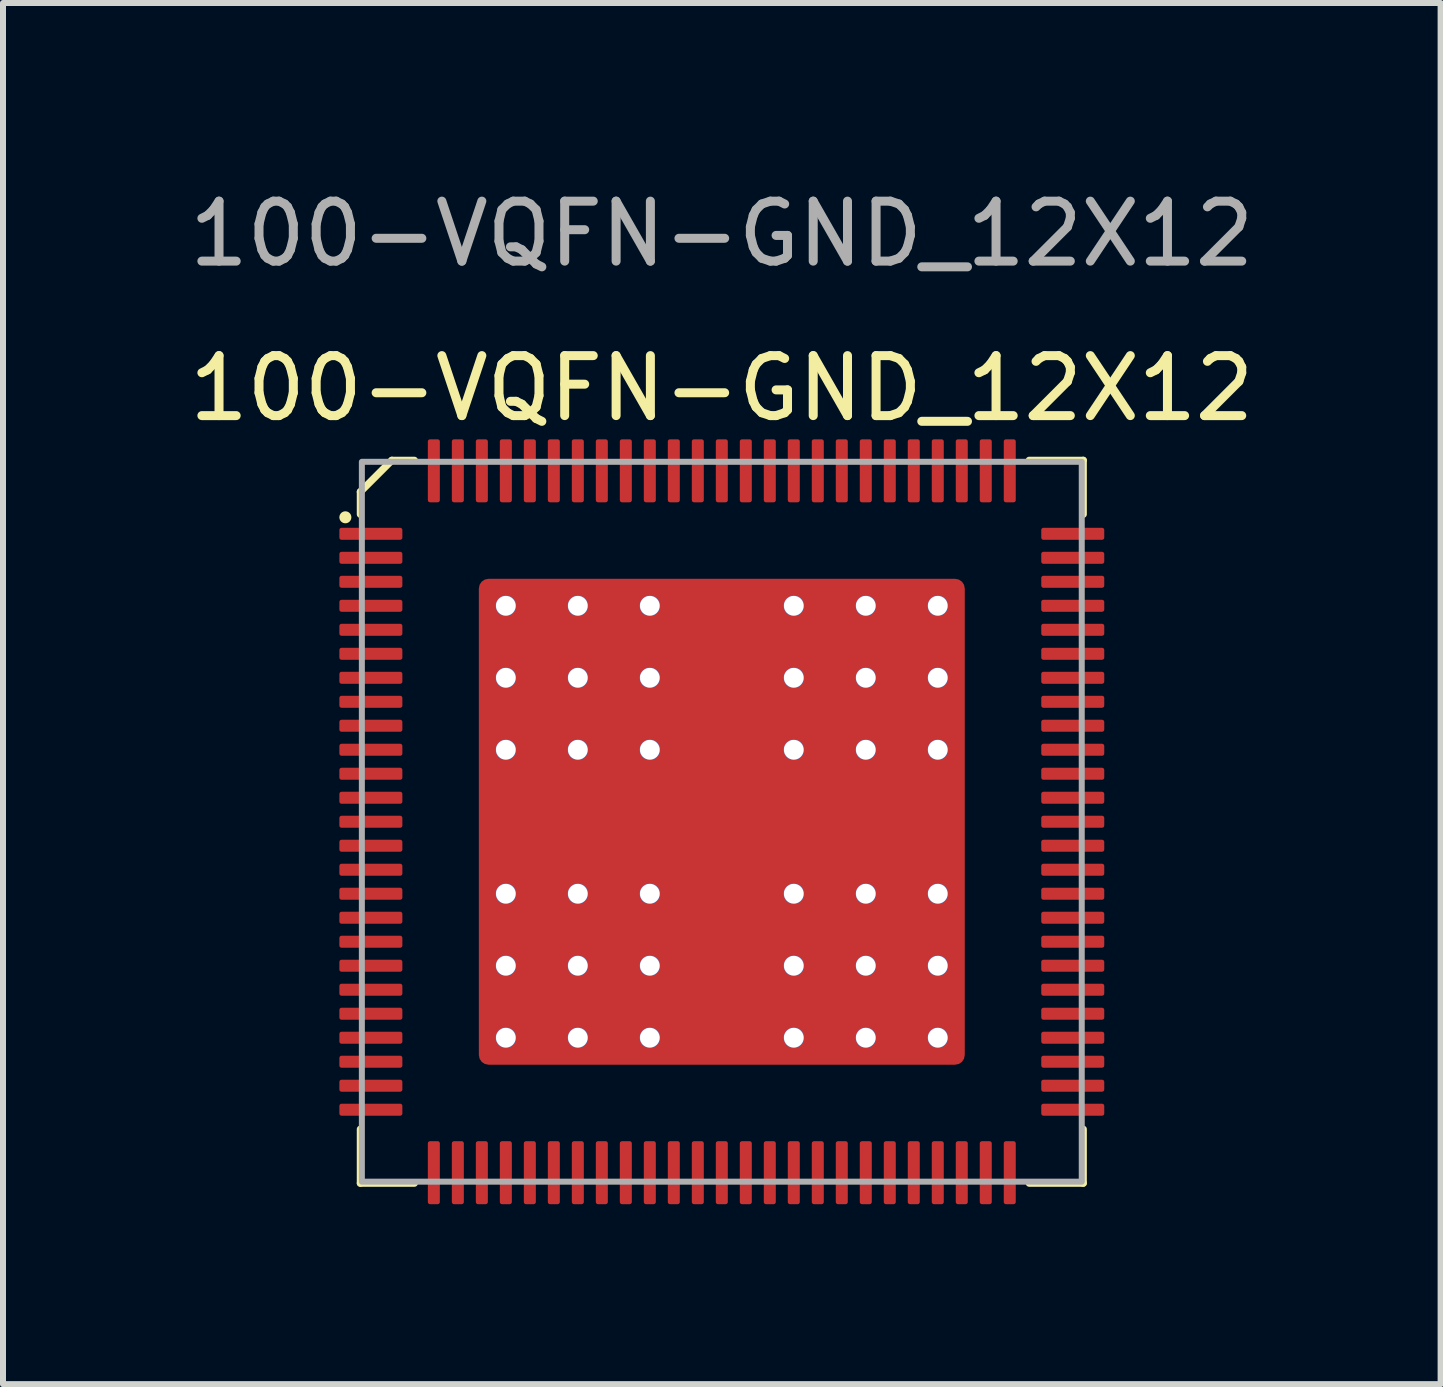
<source format=kicad_pcb>
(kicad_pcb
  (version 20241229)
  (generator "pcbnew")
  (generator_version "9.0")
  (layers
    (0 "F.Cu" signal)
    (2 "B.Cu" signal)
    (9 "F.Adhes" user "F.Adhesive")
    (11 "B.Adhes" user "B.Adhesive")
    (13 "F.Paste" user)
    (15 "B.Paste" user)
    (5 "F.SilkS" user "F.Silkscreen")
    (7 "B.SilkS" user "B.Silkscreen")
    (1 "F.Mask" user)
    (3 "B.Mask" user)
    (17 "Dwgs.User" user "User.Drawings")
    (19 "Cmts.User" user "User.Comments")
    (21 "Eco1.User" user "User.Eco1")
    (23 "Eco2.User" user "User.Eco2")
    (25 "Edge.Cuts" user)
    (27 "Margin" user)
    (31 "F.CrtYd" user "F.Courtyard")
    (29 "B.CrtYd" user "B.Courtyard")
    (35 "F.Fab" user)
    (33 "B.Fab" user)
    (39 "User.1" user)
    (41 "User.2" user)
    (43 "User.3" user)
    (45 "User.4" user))
  (footprint "100-VQFN-GND_12X12"
    (layer "F.Cu")
    (at 8.982 10.648)
    (property "Reference" "100-VQFN-GND_12X12" (at 0 -7.225 0) (unlocked yes) (layer "F.SilkS") (effects (font (size 1 1) (thickness 0.15))))
    (attr smd)
    (fp_line (start -6.025 -5.125) (end -6.025 -5.5) (stroke (width 0.12) (type solid)) (layer "F.SilkS"))
    (fp_line (start -6.025 5.125) (end -6.025 6.025) (stroke (width 0.12) (type solid)) (layer "F.SilkS"))
    (fp_line (start -6.025 6.025) (end -5.125 6.025) (stroke (width 0.12) (type solid)) (layer "F.SilkS"))
    (fp_line (start -5.5 -6.025) (end -6.025 -5.5) (stroke (width 0.12) (type solid)) (layer "F.SilkS"))
    (fp_line (start -5.125 -6.025) (end -5.5 -6.025) (stroke (width 0.12) (type solid)) (layer "F.SilkS"))
    (fp_line (start 5.125 -6.025) (end 6.025 -6.025) (stroke (width 0.12) (type solid)) (layer "F.SilkS"))
    (fp_line (start 5.125 6.025) (end 6.025 6.025) (stroke (width 0.12) (type solid)) (layer "F.SilkS"))
    (fp_line (start 6.025 -6.025) (end 6.025 -5.125) (stroke (width 0.12) (type solid)) (layer "F.SilkS"))
    (fp_line (start 6.025 6.025) (end 6.025 5.125) (stroke (width 0.12) (type solid)) (layer "F.SilkS"))
    (fp_circle (center -6.275 -5.075) (end -6.175 -5.075) (stroke (width 0) (type solid)) (fill yes) (layer "F.SilkS"))
    (fp_rect (start -6 -6) (end 6 6) (stroke (width 0.1) (type solid)) (fill no) (layer "F.Fab"))
    (fp_text user "${REFERENCE}" (at 0 -9.8 0) (unlocked yes) (layer "F.Fab") (effects (font (size 1 1) (thickness 0.15))))
    (pad "1" smd roundrect (at -5.85 -4.8 90) (size 0.2 1.05) (layers "F.Cu" "F.Mask" "F.Paste") (roundrect_rratio 0.18))
    (pad "2" smd roundrect (at -5.85 -4.4 90) (size 0.2 1.05) (layers "F.Cu" "F.Mask" "F.Paste") (roundrect_rratio 0.18))
    (pad "3" smd roundrect (at -5.85 -4 90) (size 0.2 1.05) (layers "F.Cu" "F.Mask" "F.Paste") (roundrect_rratio 0.18))
    (pad "4" smd roundrect (at -5.85 -3.6 90) (size 0.2 1.05) (layers "F.Cu" "F.Mask" "F.Paste") (roundrect_rratio 0.18))
    (pad "5" smd roundrect (at -5.85 -3.2 90) (size 0.2 1.05) (layers "F.Cu" "F.Mask" "F.Paste") (roundrect_rratio 0.18))
    (pad "6" smd roundrect (at -5.85 -2.8 90) (size 0.2 1.05) (layers "F.Cu" "F.Mask" "F.Paste") (roundrect_rratio 0.18))
    (pad "7" smd roundrect (at -5.85 -2.4 90) (size 0.2 1.05) (layers "F.Cu" "F.Mask" "F.Paste") (roundrect_rratio 0.18))
    (pad "8" smd roundrect (at -5.85 -2 90) (size 0.2 1.05) (layers "F.Cu" "F.Mask" "F.Paste") (roundrect_rratio 0.18))
    (pad "9" smd roundrect (at -5.85 -1.6 90) (size 0.2 1.05) (layers "F.Cu" "F.Mask" "F.Paste") (roundrect_rratio 0.18))
    (pad "10" smd roundrect (at -5.85 -1.2 90) (size 0.2 1.05) (layers "F.Cu" "F.Mask" "F.Paste") (roundrect_rratio 0.18))
    (pad "11" smd roundrect (at -5.85 -0.8 90) (size 0.2 1.05) (layers "F.Cu" "F.Mask" "F.Paste") (roundrect_rratio 0.18))
    (pad "12" smd roundrect (at -5.85 -0.4 90) (size 0.2 1.05) (layers "F.Cu" "F.Mask" "F.Paste") (roundrect_rratio 0.18))
    (pad "13" smd roundrect (at -5.85 0 90) (size 0.2 1.05) (layers "F.Cu" "F.Mask" "F.Paste") (roundrect_rratio 0.18))
    (pad "14" smd roundrect (at -5.85 0.4 90) (size 0.2 1.05) (layers "F.Cu" "F.Mask" "F.Paste") (roundrect_rratio 0.18))
    (pad "15" smd roundrect (at -5.85 0.8 90) (size 0.2 1.05) (layers "F.Cu" "F.Mask" "F.Paste") (roundrect_rratio 0.18))
    (pad "16" smd roundrect (at -5.85 1.2 90) (size 0.2 1.05) (layers "F.Cu" "F.Mask" "F.Paste") (roundrect_rratio 0.18))
    (pad "17" smd roundrect (at -5.85 1.6 90) (size 0.2 1.05) (layers "F.Cu" "F.Mask" "F.Paste") (roundrect_rratio 0.18))
    (pad "18" smd roundrect (at -5.85 2 90) (size 0.2 1.05) (layers "F.Cu" "F.Mask" "F.Paste") (roundrect_rratio 0.18))
    (pad "19" smd roundrect (at -5.85 2.4 90) (size 0.2 1.05) (layers "F.Cu" "F.Mask" "F.Paste") (roundrect_rratio 0.18))
    (pad "20" smd roundrect (at -5.85 2.8 90) (size 0.2 1.05) (layers "F.Cu" "F.Mask" "F.Paste") (roundrect_rratio 0.18))
    (pad "21" smd roundrect (at -5.85 3.2 90) (size 0.2 1.05) (layers "F.Cu" "F.Mask" "F.Paste") (roundrect_rratio 0.18))
    (pad "22" smd roundrect (at -5.85 3.6 90) (size 0.2 1.05) (layers "F.Cu" "F.Mask" "F.Paste") (roundrect_rratio 0.18))
    (pad "23" smd roundrect (at -5.85 4 90) (size 0.2 1.05) (layers "F.Cu" "F.Mask" "F.Paste") (roundrect_rratio 0.18))
    (pad "24" smd roundrect (at -5.85 4.4 90) (size 0.2 1.05) (layers "F.Cu" "F.Mask" "F.Paste") (roundrect_rratio 0.18))
    (pad "25" smd roundrect (at -5.85 4.8 90) (size 0.2 1.05) (layers "F.Cu" "F.Mask" "F.Paste") (roundrect_rratio 0.18))
    (pad "26" smd roundrect (at -4.8 5.85 180) (size 0.2 1.05) (layers "F.Cu" "F.Mask" "F.Paste") (roundrect_rratio 0.18))
    (pad "27" smd roundrect (at -4.4 5.85 180) (size 0.2 1.05) (layers "F.Cu" "F.Mask" "F.Paste") (roundrect_rratio 0.18))
    (pad "28" smd roundrect (at -4 5.85 180) (size 0.2 1.05) (layers "F.Cu" "F.Mask" "F.Paste") (roundrect_rratio 0.18))
    (pad "29" smd roundrect (at -3.6 5.85 180) (size 0.2 1.05) (layers "F.Cu" "F.Mask" "F.Paste") (roundrect_rratio 0.18))
    (pad "30" smd roundrect (at -3.2 5.85 180) (size 0.2 1.05) (layers "F.Cu" "F.Mask" "F.Paste") (roundrect_rratio 0.18))
    (pad "31" smd roundrect (at -2.8 5.85 180) (size 0.2 1.05) (layers "F.Cu" "F.Mask" "F.Paste") (roundrect_rratio 0.18))
    (pad "32" smd roundrect (at -2.4 5.85 180) (size 0.2 1.05) (layers "F.Cu" "F.Mask" "F.Paste") (roundrect_rratio 0.18))
    (pad "33" smd roundrect (at -2 5.85 180) (size 0.2 1.05) (layers "F.Cu" "F.Mask" "F.Paste") (roundrect_rratio 0.18))
    (pad "34" smd roundrect (at -1.6 5.85 180) (size 0.2 1.05) (layers "F.Cu" "F.Mask" "F.Paste") (roundrect_rratio 0.18))
    (pad "35" smd roundrect (at -1.2 5.85 180) (size 0.2 1.05) (layers "F.Cu" "F.Mask" "F.Paste") (roundrect_rratio 0.18))
    (pad "36" smd roundrect (at -0.8 5.85 180) (size 0.2 1.05) (layers "F.Cu" "F.Mask" "F.Paste") (roundrect_rratio 0.18))
    (pad "37" smd roundrect (at -0.4 5.85 180) (size 0.2 1.05) (layers "F.Cu" "F.Mask" "F.Paste") (roundrect_rratio 0.18))
    (pad "38" smd roundrect (at 0 5.85 180) (size 0.2 1.05) (layers "F.Cu" "F.Mask" "F.Paste") (roundrect_rratio 0.18))
    (pad "39" smd roundrect (at 0.4 5.85 180) (size 0.2 1.05) (layers "F.Cu" "F.Mask" "F.Paste") (roundrect_rratio 0.18))
    (pad "40" smd roundrect (at 0.8 5.85 180) (size 0.2 1.05) (layers "F.Cu" "F.Mask" "F.Paste") (roundrect_rratio 0.18))
    (pad "41" smd roundrect (at 1.2 5.85 180) (size 0.2 1.05) (layers "F.Cu" "F.Mask" "F.Paste") (roundrect_rratio 0.18))
    (pad "42" smd roundrect (at 1.6 5.85 180) (size 0.2 1.05) (layers "F.Cu" "F.Mask" "F.Paste") (roundrect_rratio 0.18))
    (pad "43" smd roundrect (at 2 5.85 180) (size 0.2 1.05) (layers "F.Cu" "F.Mask" "F.Paste") (roundrect_rratio 0.18))
    (pad "44" smd roundrect (at 2.4 5.85 180) (size 0.2 1.05) (layers "F.Cu" "F.Mask" "F.Paste") (roundrect_rratio 0.18))
    (pad "45" smd roundrect (at 2.8 5.85 180) (size 0.2 1.05) (layers "F.Cu" "F.Mask" "F.Paste") (roundrect_rratio 0.18))
    (pad "46" smd roundrect (at 3.2 5.85 180) (size 0.2 1.05) (layers "F.Cu" "F.Mask" "F.Paste") (roundrect_rratio 0.18))
    (pad "47" smd roundrect (at 3.6 5.85 180) (size 0.2 1.05) (layers "F.Cu" "F.Mask" "F.Paste") (roundrect_rratio 0.18))
    (pad "48" smd roundrect (at 4 5.85 180) (size 0.2 1.05) (layers "F.Cu" "F.Mask" "F.Paste") (roundrect_rratio 0.18))
    (pad "49" smd roundrect (at 4.4 5.85 180) (size 0.2 1.05) (layers "F.Cu" "F.Mask" "F.Paste") (roundrect_rratio 0.18))
    (pad "50" smd roundrect (at 4.8 5.85 180) (size 0.2 1.05) (layers "F.Cu" "F.Mask" "F.Paste") (roundrect_rratio 0.18))
    (pad "51" smd roundrect (at 5.85 4.8 270) (size 0.2 1.05) (layers "F.Cu" "F.Mask" "F.Paste") (roundrect_rratio 0.18))
    (pad "52" smd roundrect (at 5.85 4.4 270) (size 0.2 1.05) (layers "F.Cu" "F.Mask" "F.Paste") (roundrect_rratio 0.18))
    (pad "53" smd roundrect (at 5.85 4 270) (size 0.2 1.05) (layers "F.Cu" "F.Mask" "F.Paste") (roundrect_rratio 0.18))
    (pad "54" smd roundrect (at 5.85 3.6 270) (size 0.2 1.05) (layers "F.Cu" "F.Mask" "F.Paste") (roundrect_rratio 0.18))
    (pad "55" smd roundrect (at 5.85 3.2 270) (size 0.2 1.05) (layers "F.Cu" "F.Mask" "F.Paste") (roundrect_rratio 0.18))
    (pad "56" smd roundrect (at 5.85 2.8 270) (size 0.2 1.05) (layers "F.Cu" "F.Mask" "F.Paste") (roundrect_rratio 0.18))
    (pad "57" smd roundrect (at 5.85 2.4 270) (size 0.2 1.05) (layers "F.Cu" "F.Mask" "F.Paste") (roundrect_rratio 0.18))
    (pad "58" smd roundrect (at 5.85 2 270) (size 0.2 1.05) (layers "F.Cu" "F.Mask" "F.Paste") (roundrect_rratio 0.18))
    (pad "59" smd roundrect (at 5.85 1.6 270) (size 0.2 1.05) (layers "F.Cu" "F.Mask" "F.Paste") (roundrect_rratio 0.18))
    (pad "60" smd roundrect (at 5.85 1.2 270) (size 0.2 1.05) (layers "F.Cu" "F.Mask" "F.Paste") (roundrect_rratio 0.18))
    (pad "61" smd roundrect (at 5.85 0.8 270) (size 0.2 1.05) (layers "F.Cu" "F.Mask" "F.Paste") (roundrect_rratio 0.18))
    (pad "62" smd roundrect (at 5.85 0.4 270) (size 0.2 1.05) (layers "F.Cu" "F.Mask" "F.Paste") (roundrect_rratio 0.18))
    (pad "63" smd roundrect (at 5.85 0 270) (size 0.2 1.05) (layers "F.Cu" "F.Mask" "F.Paste") (roundrect_rratio 0.18))
    (pad "64" smd roundrect (at 5.85 -0.4 270) (size 0.2 1.05) (layers "F.Cu" "F.Mask" "F.Paste") (roundrect_rratio 0.18))
    (pad "65" smd roundrect (at 5.85 -0.8 270) (size 0.2 1.05) (layers "F.Cu" "F.Mask" "F.Paste") (roundrect_rratio 0.18))
    (pad "66" smd roundrect (at 5.85 -1.2 270) (size 0.2 1.05) (layers "F.Cu" "F.Mask" "F.Paste") (roundrect_rratio 0.18))
    (pad "67" smd roundrect (at 5.85 -1.6 270) (size 0.2 1.05) (layers "F.Cu" "F.Mask" "F.Paste") (roundrect_rratio 0.18))
    (pad "68" smd roundrect (at 5.85 -2 270) (size 0.2 1.05) (layers "F.Cu" "F.Mask" "F.Paste") (roundrect_rratio 0.18))
    (pad "69" smd roundrect (at 5.85 -2.4 270) (size 0.2 1.05) (layers "F.Cu" "F.Mask" "F.Paste") (roundrect_rratio 0.18))
    (pad "70" smd roundrect (at 5.85 -2.8 270) (size 0.2 1.05) (layers "F.Cu" "F.Mask" "F.Paste") (roundrect_rratio 0.18))
    (pad "71" smd roundrect (at 5.85 -3.2 270) (size 0.2 1.05) (layers "F.Cu" "F.Mask" "F.Paste") (roundrect_rratio 0.18))
    (pad "72" smd roundrect (at 5.85 -3.6 270) (size 0.2 1.05) (layers "F.Cu" "F.Mask" "F.Paste") (roundrect_rratio 0.18))
    (pad "73" smd roundrect (at 5.85 -4 270) (size 0.2 1.05) (layers "F.Cu" "F.Mask" "F.Paste") (roundrect_rratio 0.18))
    (pad "74" smd roundrect (at 5.85 -4.4 270) (size 0.2 1.05) (layers "F.Cu" "F.Mask" "F.Paste") (roundrect_rratio 0.18))
    (pad "75" smd roundrect (at 5.85 -4.8 270) (size 0.2 1.05) (layers "F.Cu" "F.Mask" "F.Paste") (roundrect_rratio 0.18))
    (pad "76" smd roundrect (at 4.8 -5.85) (size 0.2 1.05) (layers "F.Cu" "F.Mask" "F.Paste") (roundrect_rratio 0.18))
    (pad "77" smd roundrect (at 4.4 -5.85) (size 0.2 1.05) (layers "F.Cu" "F.Mask" "F.Paste") (roundrect_rratio 0.18))
    (pad "78" smd roundrect (at 4 -5.85) (size 0.2 1.05) (layers "F.Cu" "F.Mask" "F.Paste") (roundrect_rratio 0.18))
    (pad "79" smd roundrect (at 3.6 -5.85) (size 0.2 1.05) (layers "F.Cu" "F.Mask" "F.Paste") (roundrect_rratio 0.18))
    (pad "80" smd roundrect (at 3.2 -5.85) (size 0.2 1.05) (layers "F.Cu" "F.Mask" "F.Paste") (roundrect_rratio 0.18))
    (pad "81" smd roundrect (at 2.8 -5.85) (size 0.2 1.05) (layers "F.Cu" "F.Mask" "F.Paste") (roundrect_rratio 0.18))
    (pad "82" smd roundrect (at 2.4 -5.85) (size 0.2 1.05) (layers "F.Cu" "F.Mask" "F.Paste") (roundrect_rratio 0.18))
    (pad "83" smd roundrect (at 2 -5.85) (size 0.2 1.05) (layers "F.Cu" "F.Mask" "F.Paste") (roundrect_rratio 0.18))
    (pad "84" smd roundrect (at 1.6 -5.85) (size 0.2 1.05) (layers "F.Cu" "F.Mask" "F.Paste") (roundrect_rratio 0.18))
    (pad "85" smd roundrect (at 1.2 -5.85) (size 0.2 1.05) (layers "F.Cu" "F.Mask" "F.Paste") (roundrect_rratio 0.18))
    (pad "86" smd roundrect (at 0.8 -5.85) (size 0.2 1.05) (layers "F.Cu" "F.Mask" "F.Paste") (roundrect_rratio 0.18))
    (pad "87" smd roundrect (at 0.4 -5.85) (size 0.2 1.05) (layers "F.Cu" "F.Mask" "F.Paste") (roundrect_rratio 0.18))
    (pad "88" smd roundrect (at 0 -5.85) (size 0.2 1.05) (layers "F.Cu" "F.Mask" "F.Paste") (roundrect_rratio 0.18))
    (pad "89" smd roundrect (at -0.4 -5.85) (size 0.2 1.05) (layers "F.Cu" "F.Mask" "F.Paste") (roundrect_rratio 0.18))
    (pad "90" smd roundrect (at -0.8 -5.85) (size 0.2 1.05) (layers "F.Cu" "F.Mask" "F.Paste") (roundrect_rratio 0.18))
    (pad "91" smd roundrect (at -1.2 -5.85) (size 0.2 1.05) (layers "F.Cu" "F.Mask" "F.Paste") (roundrect_rratio 0.18))
    (pad "92" smd roundrect (at -1.6 -5.85) (size 0.2 1.05) (layers "F.Cu" "F.Mask" "F.Paste") (roundrect_rratio 0.18))
    (pad "93" smd roundrect (at -2 -5.85) (size 0.2 1.05) (layers "F.Cu" "F.Mask" "F.Paste") (roundrect_rratio 0.18))
    (pad "94" smd roundrect (at -2.4 -5.85) (size 0.2 1.05) (layers "F.Cu" "F.Mask" "F.Paste") (roundrect_rratio 0.18))
    (pad "95" smd roundrect (at -2.8 -5.85) (size 0.2 1.05) (layers "F.Cu" "F.Mask" "F.Paste") (roundrect_rratio 0.18))
    (pad "96" smd roundrect (at -3.2 -5.85) (size 0.2 1.05) (layers "F.Cu" "F.Mask" "F.Paste") (roundrect_rratio 0.18))
    (pad "97" smd roundrect (at -3.6 -5.85) (size 0.2 1.05) (layers "F.Cu" "F.Mask" "F.Paste") (roundrect_rratio 0.18))
    (pad "98" smd roundrect (at -4 -5.85) (size 0.2 1.05) (layers "F.Cu" "F.Mask" "F.Paste") (roundrect_rratio 0.18))
    (pad "99" smd roundrect (at -4.4 -5.85) (size 0.2 1.05) (layers "F.Cu" "F.Mask" "F.Paste") (roundrect_rratio 0.18))
    (pad "100" smd roundrect (at -4.8 -5.85) (size 0.2 1.05) (layers "F.Cu" "F.Mask" "F.Paste") (roundrect_rratio 0.18))
    (pad "101" thru_hole circle (at -3.6 -3.6) (size 0.34 0.34) (drill 0.33) (layers "*.Cu" "*.Mask"))
    (pad "101" thru_hole circle (at -3.6 -2.4) (size 0.34 0.34) (drill 0.33) (layers "*.Cu" "*.Mask"))
    (pad "101" thru_hole circle (at -3.6 -1.2) (size 0.34 0.34) (drill 0.33) (layers "*.Cu" "*.Mask"))
    (pad "101" thru_hole circle (at -3.6 1.2) (size 0.34 0.34) (drill 0.33) (layers "*.Cu" "*.Mask"))
    (pad "101" thru_hole circle (at -3.6 2.4) (size 0.34 0.34) (drill 0.33) (layers "*.Cu" "*.Mask"))
    (pad "101" thru_hole circle (at -3.6 3.6) (size 0.34 0.34) (drill 0.33) (layers "*.Cu" "*.Mask"))
    (pad "101" thru_hole circle (at -2.4 -3.6) (size 0.34 0.34) (drill 0.33) (layers "*.Cu" "*.Mask"))
    (pad "101" thru_hole circle (at -2.4 -2.4) (size 0.34 0.34) (drill 0.33) (layers "*.Cu" "*.Mask"))
    (pad "101" thru_hole circle (at -2.4 -1.2) (size 0.34 0.34) (drill 0.33) (layers "*.Cu" "*.Mask"))
    (pad "101" thru_hole circle (at -2.4 1.2) (size 0.34 0.34) (drill 0.33) (layers "*.Cu" "*.Mask"))
    (pad "101" thru_hole circle (at -2.4 2.4) (size 0.34 0.34) (drill 0.33) (layers "*.Cu" "*.Mask"))
    (pad "101" thru_hole circle (at -2.4 3.6) (size 0.34 0.34) (drill 0.33) (layers "*.Cu" "*.Mask"))
    (pad "101" thru_hole circle (at -1.2 -3.6) (size 0.34 0.34) (drill 0.33) (layers "*.Cu" "*.Mask"))
    (pad "101" thru_hole circle (at -1.2 -2.4) (size 0.34 0.34) (drill 0.33) (layers "*.Cu" "*.Mask"))
    (pad "101" thru_hole circle (at -1.2 -1.2) (size 0.34 0.34) (drill 0.33) (layers "*.Cu" "*.Mask"))
    (pad "101" thru_hole circle (at -1.2 1.2) (size 0.34 0.34) (drill 0.33) (layers "*.Cu" "*.Mask"))
    (pad "101" thru_hole circle (at -1.2 2.4) (size 0.34 0.34) (drill 0.33) (layers "*.Cu" "*.Mask"))
    (pad "101" thru_hole circle (at -1.2 3.6) (size 0.34 0.34) (drill 0.33) (layers "*.Cu" "*.Mask"))
    (pad "101" smd roundrect (at 0 0) (size 8.1 8.1) (layers "F.Cu" "F.Mask" "F.Paste") (roundrect_rratio 0.02))
    (pad "101" thru_hole circle (at 1.2 -3.6) (size 0.34 0.34) (drill 0.33) (layers "*.Cu" "*.Mask"))
    (pad "101" thru_hole circle (at 1.2 -2.4) (size 0.34 0.34) (drill 0.33) (layers "*.Cu" "*.Mask"))
    (pad "101" thru_hole circle (at 1.2 -1.2) (size 0.34 0.34) (drill 0.33) (layers "*.Cu" "*.Mask"))
    (pad "101" thru_hole circle (at 1.2 1.2) (size 0.34 0.34) (drill 0.33) (layers "*.Cu" "*.Mask"))
    (pad "101" thru_hole circle (at 1.2 2.4) (size 0.34 0.34) (drill 0.33) (layers "*.Cu" "*.Mask"))
    (pad "101" thru_hole circle (at 1.2 3.6) (size 0.34 0.34) (drill 0.33) (layers "*.Cu" "*.Mask"))
    (pad "101" thru_hole circle (at 2.4 -3.6) (size 0.34 0.34) (drill 0.33) (layers "*.Cu" "*.Mask"))
    (pad "101" thru_hole circle (at 2.4 -2.4) (size 0.34 0.34) (drill 0.33) (layers "*.Cu" "*.Mask"))
    (pad "101" thru_hole circle (at 2.4 -1.2) (size 0.34 0.34) (drill 0.33) (layers "*.Cu" "*.Mask"))
    (pad "101" thru_hole circle (at 2.4 1.2) (size 0.34 0.34) (drill 0.33) (layers "*.Cu" "*.Mask"))
    (pad "101" thru_hole circle (at 2.4 2.4) (size 0.34 0.34) (drill 0.33) (layers "*.Cu" "*.Mask"))
    (pad "101" thru_hole circle (at 2.4 3.6) (size 0.34 0.34) (drill 0.33) (layers "*.Cu" "*.Mask"))
    (pad "101" thru_hole circle (at 3.6 -3.6) (size 0.34 0.34) (drill 0.33) (layers "*.Cu" "*.Mask"))
    (pad "101" thru_hole circle (at 3.6 -2.4) (size 0.34 0.34) (drill 0.33) (layers "*.Cu" "*.Mask"))
    (pad "101" thru_hole circle (at 3.6 -1.2) (size 0.34 0.34) (drill 0.33) (layers "*.Cu" "*.Mask"))
    (pad "101" thru_hole circle (at 3.6 1.2) (size 0.34 0.34) (drill 0.33) (layers "*.Cu" "*.Mask"))
    (pad "101" thru_hole circle (at 3.6 2.4) (size 0.34 0.34) (drill 0.33) (layers "*.Cu" "*.Mask"))
    (pad "101" thru_hole circle (at 3.6 3.6) (size 0.34 0.34) (drill 0.33) (layers "*.Cu" "*.Mask")))
  (gr_rect
    (start -3 -3)
    (end 20.964 20.023)
    (stroke (width 0.1) (type default))
    (fill no)
    (layer "Edge.Cuts")))
</source>
